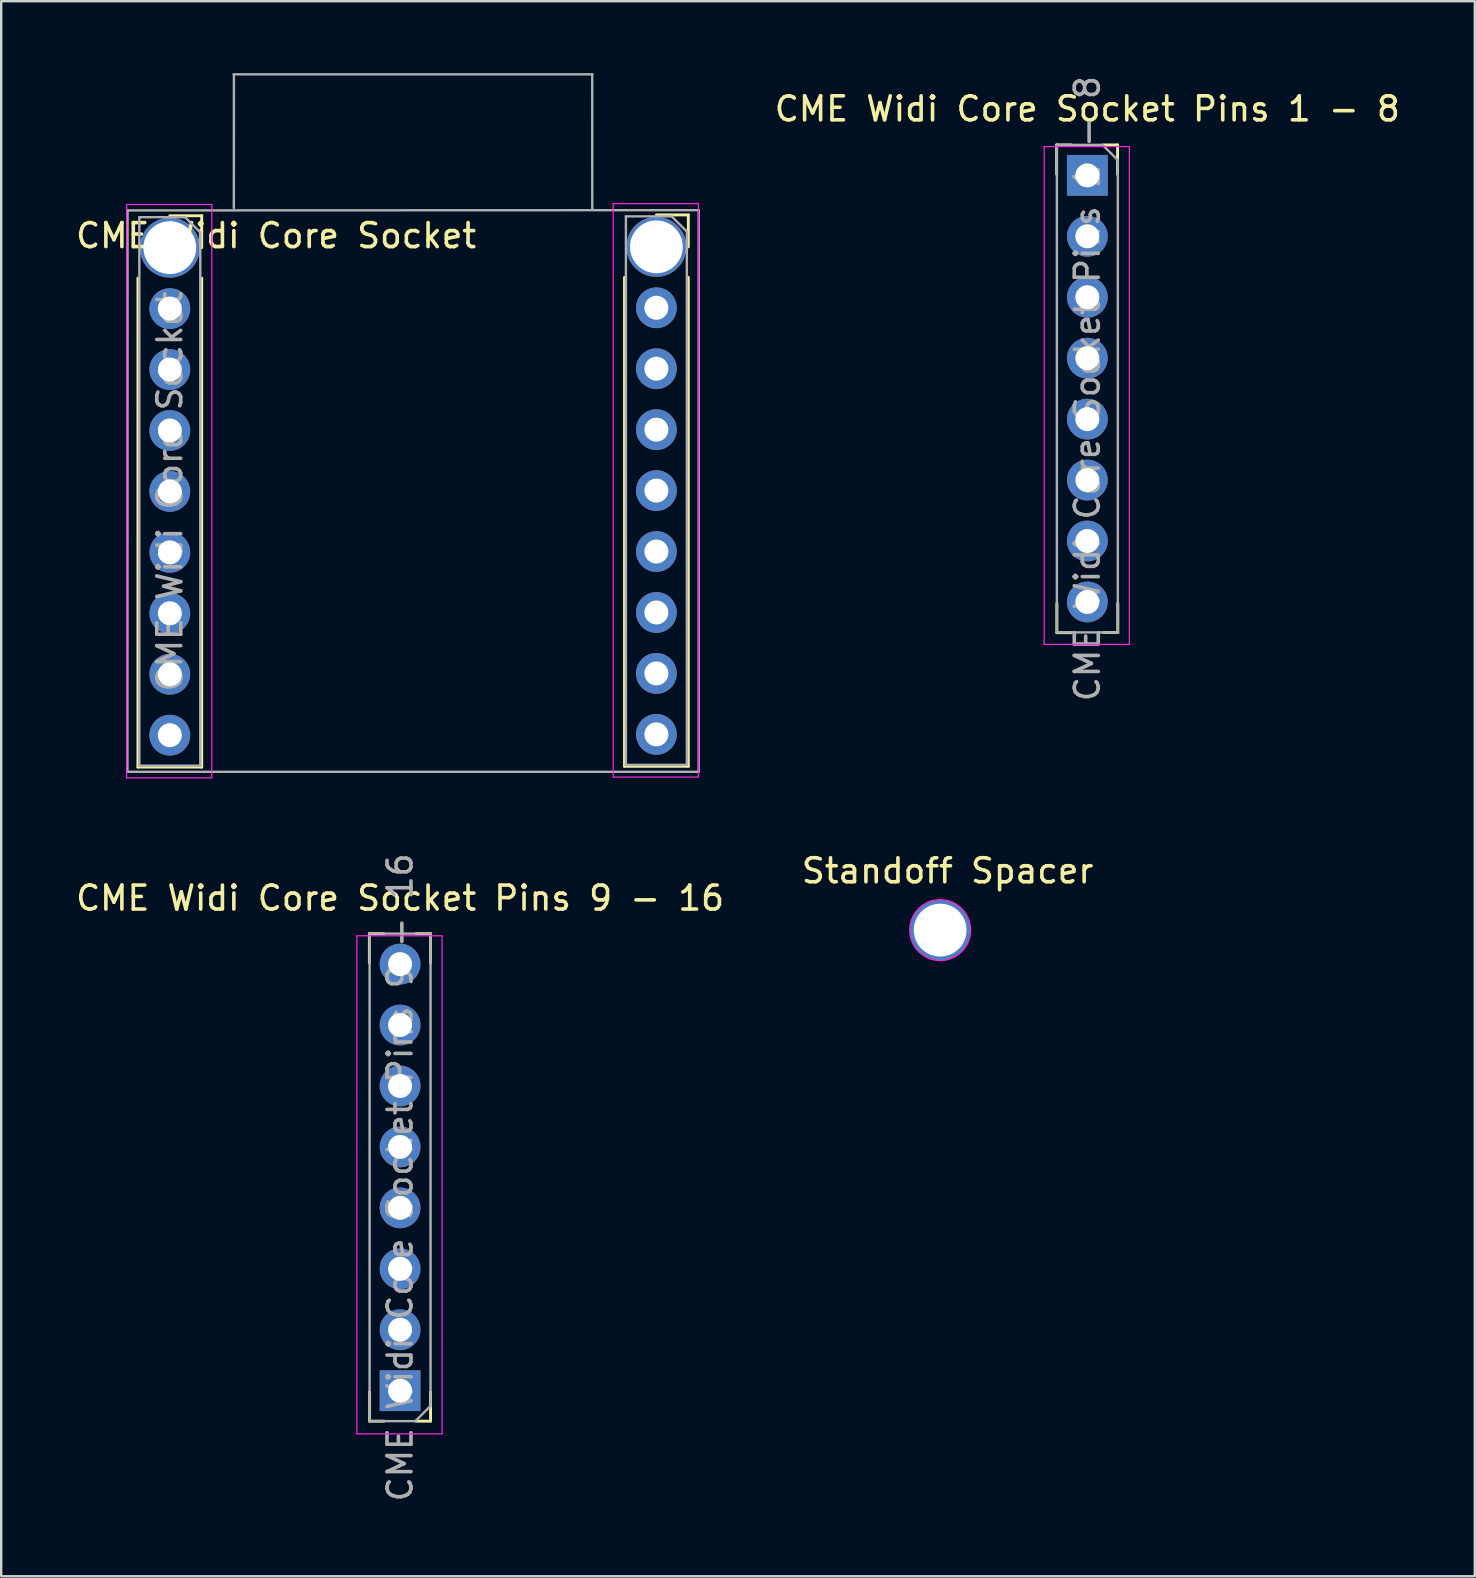
<source format=kicad_pcb>
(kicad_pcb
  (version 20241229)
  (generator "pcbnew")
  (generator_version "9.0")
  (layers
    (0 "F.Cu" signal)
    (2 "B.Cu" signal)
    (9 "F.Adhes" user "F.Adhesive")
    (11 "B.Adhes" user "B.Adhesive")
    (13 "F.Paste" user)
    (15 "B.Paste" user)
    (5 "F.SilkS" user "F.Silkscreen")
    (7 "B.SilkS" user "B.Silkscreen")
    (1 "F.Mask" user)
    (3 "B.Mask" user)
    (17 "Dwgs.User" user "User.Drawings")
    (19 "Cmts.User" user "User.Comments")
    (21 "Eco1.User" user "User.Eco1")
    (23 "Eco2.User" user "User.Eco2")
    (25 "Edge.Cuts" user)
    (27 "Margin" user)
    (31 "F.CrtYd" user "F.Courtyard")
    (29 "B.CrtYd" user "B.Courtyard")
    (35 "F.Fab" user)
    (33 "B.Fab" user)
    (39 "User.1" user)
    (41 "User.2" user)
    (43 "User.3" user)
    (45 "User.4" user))
  (footprint "CME Widi Core Socket Pins 9 - 16"
    (layer "F.Cu")
    (at 13.625 37.153)
    (property "Reference" "CME Widi Core Socket Pins 9 - 16" (at 0 -2.77 0) (layer "F.SilkS") (effects (font (size 1 1) (thickness 0.15))))
    (attr through_hole)
    (fp_line (start -1.28 -1.29) (end -0.68 -1.29) (stroke (width 0.12) (type default)) (layer "F.SilkS"))
    (fp_line (start -1.28 -0.07) (end -1.28 -1.29) (stroke (width 0.12) (type default)) (layer "F.SilkS"))
    (fp_line (start -1.27 17.81) (end -1.27 19.03) (stroke (width 0.12) (type default)) (layer "F.SilkS"))
    (fp_line (start -1.27 19.03) (end -0.67 19.03) (stroke (width 0.12) (type default)) (layer "F.SilkS"))
    (fp_line (start 1.27 -1.29) (end 0.67 -1.29) (stroke (width 0.12) (type default)) (layer "F.SilkS"))
    (fp_line (start 1.27 -0.07) (end 1.27 -1.29) (stroke (width 0.12) (type default)) (layer "F.SilkS"))
    (fp_line (start 1.27 17.81) (end 1.27 19.03) (stroke (width 0.12) (type default)) (layer "F.SilkS"))
    (fp_line (start 1.27 19.03) (end 0.67 19.03) (stroke (width 0.12) (type default)) (layer "F.SilkS"))
    (fp_line (start -1.8 -1.2) (end -1.8 19.56) (stroke (width 0.05) (type solid)) (layer "F.CrtYd"))
    (fp_line (start -1.8 19.56) (end 1.75 19.56) (stroke (width 0.05) (type solid)) (layer "F.CrtYd"))
    (fp_line (start 1.75 -1.2) (end -1.8 -1.2) (stroke (width 0.05) (type solid)) (layer "F.CrtYd"))
    (fp_line (start 1.75 19.56) (end 1.75 -1.2) (stroke (width 0.05) (type solid)) (layer "F.CrtYd"))
    (fp_line (start -1.27 -1.29) (end -1.27 19.03) (stroke (width 0.1) (type solid)) (layer "F.Fab"))
    (fp_line (start -1.27 19.03) (end 0.635 19.03) (stroke (width 0.1) (type solid)) (layer "F.Fab"))
    (fp_line (start 0.635 19.03) (end 1.27 18.395) (stroke (width 0.1) (type solid)) (layer "F.Fab"))
    (fp_line (start 1.27 -1.29) (end -1.27 -1.29) (stroke (width 0.1) (type solid)) (layer "F.Fab"))
    (fp_line (start 1.27 18.395) (end 1.27 -1.29) (stroke (width 0.1) (type solid)) (layer "F.Fab"))
    (fp_text user "${REFERENCE}" (at 0 8.87 90) (layer "F.Fab") (effects (font (size 1 1) (thickness 0.15))))
    (pad "9" thru_hole rect (at 0 17.76) (size 1.7 1.7) (drill 1) (layers "*.Cu" "*.Mask"))
    (pad "10" thru_hole oval (at 0 15.22) (size 1.7 1.7) (drill 1) (layers "*.Cu" "*.Mask"))
    (pad "11" thru_hole oval (at 0 12.68) (size 1.7 1.7) (drill 1) (layers "*.Cu" "*.Mask"))
    (pad "12" thru_hole oval (at 0 10.14) (size 1.7 1.7) (drill 1) (layers "*.Cu" "*.Mask"))
    (pad "13" thru_hole oval (at 0 7.6) (size 1.7 1.7) (drill 1) (layers "*.Cu" "*.Mask"))
    (pad "14" thru_hole oval (at 0 5.06) (size 1.7 1.7) (drill 1) (layers "*.Cu" "*.Mask"))
    (pad "15" thru_hole oval (at 0 2.52) (size 1.7 1.7) (drill 1) (layers "*.Cu" "*.Mask"))
    (pad "16" thru_hole oval (at 0 -0.02) (size 1.7 1.7) (drill 1) (layers "*.Cu" "*.Mask")))
  (footprint "CME Widi Core Socket Pins 1 - 8"
    (layer "F.Cu")
    (at 42.27 4.259)
    (property "Reference" "CME Widi Core Socket Pins 1 - 8" (at 0 -2.77 0) (layer "F.SilkS") (effects (font (size 1 1) (thickness 0.15))))
    (attr through_hole)
    (fp_line (start -1.28 -1.27) (end -0.68 -1.27) (stroke (width 0.12) (type default)) (layer "F.SilkS"))
    (fp_line (start -1.28 -0.05) (end -1.28 -1.27) (stroke (width 0.12) (type default)) (layer "F.SilkS"))
    (fp_line (start -1.27 17.84) (end -1.27 19.06) (stroke (width 0.12) (type default)) (layer "F.SilkS"))
    (fp_line (start -1.27 19.06) (end -0.67 19.06) (stroke (width 0.12) (type default)) (layer "F.SilkS"))
    (fp_line (start 1.26 -1.27) (end 0.66 -1.27) (stroke (width 0.12) (type default)) (layer "F.SilkS"))
    (fp_line (start 1.26 -0.05) (end 1.26 -1.27) (stroke (width 0.12) (type default)) (layer "F.SilkS"))
    (fp_line (start 1.27 17.83) (end 1.27 19.05) (stroke (width 0.12) (type default)) (layer "F.SilkS"))
    (fp_line (start 1.27 19.05) (end 0.67 19.05) (stroke (width 0.12) (type default)) (layer "F.SilkS"))
    (fp_line (start -1.8 -1.2) (end 1.75 -1.2) (stroke (width 0.05) (type solid)) (layer "F.CrtYd"))
    (fp_line (start -1.8 19.55) (end -1.8 -1.2) (stroke (width 0.05) (type solid)) (layer "F.CrtYd"))
    (fp_line (start 1.75 -1.2) (end 1.75 19.55) (stroke (width 0.05) (type solid)) (layer "F.CrtYd"))
    (fp_line (start 1.75 19.55) (end -1.8 19.55) (stroke (width 0.05) (type solid)) (layer "F.CrtYd"))
    (fp_line (start -1.27 -1.27) (end 0.635 -1.27) (stroke (width 0.1) (type solid)) (layer "F.Fab"))
    (fp_line (start -1.27 19.05) (end -1.27 -1.27) (stroke (width 0.1) (type solid)) (layer "F.Fab"))
    (fp_line (start 0.635 -1.27) (end 1.27 -0.635) (stroke (width 0.1) (type solid)) (layer "F.Fab"))
    (fp_line (start 1.27 -0.635) (end 1.27 19.05) (stroke (width 0.1) (type solid)) (layer "F.Fab"))
    (fp_line (start 1.27 19.05) (end -1.27 19.05) (stroke (width 0.1) (type solid)) (layer "F.Fab"))
    (fp_text user "${REFERENCE}" (at 0 8.89 90) (layer "F.Fab") (effects (font (size 1 1) (thickness 0.15))))
    (pad "1" thru_hole rect (at 0 0) (size 1.7 1.7) (drill 1) (layers "*.Cu" "*.Mask"))
    (pad "2" thru_hole oval (at 0 2.54) (size 1.7 1.7) (drill 1) (layers "*.Cu" "*.Mask"))
    (pad "3" thru_hole oval (at 0 5.08) (size 1.7 1.7) (drill 1) (layers "*.Cu" "*.Mask"))
    (pad "4" thru_hole oval (at 0 7.62) (size 1.7 1.7) (drill 1) (layers "*.Cu" "*.Mask"))
    (pad "5" thru_hole oval (at 0 10.16) (size 1.7 1.7) (drill 1) (layers "*.Cu" "*.Mask"))
    (pad "6" thru_hole oval (at 0 12.7) (size 1.7 1.7) (drill 1) (layers "*.Cu" "*.Mask"))
    (pad "7" thru_hole oval (at 0 15.24) (size 1.7 1.7) (drill 1) (layers "*.Cu" "*.Mask"))
    (pad "8" thru_hole oval (at 0 17.78) (size 1.7 1.7) (drill 1) (layers "*.Cu" "*.Mask")))
  (footprint "CME Widi Core Socket"
    (layer "F.Cu")
    (at 4.028 6.732)
    (property "Reference" "CME Widi Core Socket" (at 4.43 0.04 0) (layer "F.SilkS") (effects (font (size 1 1) (thickness 0.15))))
    (attr through_hole)
    (fp_line (start -1.33 1.81) (end -1.33 22.19) (stroke (width 0.12) (type solid)) (layer "F.SilkS"))
    (fp_line (start -1.33 22.19) (end 1.33 22.19) (stroke (width 0.12) (type solid)) (layer "F.SilkS"))
    (fp_line (start 0 -0.79) (end 1.33 -0.79) (stroke (width 0.12) (type solid)) (layer "F.SilkS"))
    (fp_line (start 1.33 -0.79) (end 1.33 0.54) (stroke (width 0.12) (type solid)) (layer "F.SilkS"))
    (fp_line (start 1.33 1.81) (end 1.33 22.19) (stroke (width 0.12) (type solid)) (layer "F.SilkS"))
    (fp_line (start 18.95 1.776) (end 18.95 22.156) (stroke (width 0.12) (type solid)) (layer "F.SilkS"))
    (fp_line (start 18.95 22.156) (end 21.61 22.156) (stroke (width 0.12) (type solid)) (layer "F.SilkS"))
    (fp_line (start 20.28 -0.824) (end 21.61 -0.824) (stroke (width 0.12) (type solid)) (layer "F.SilkS"))
    (fp_line (start 21.61 -0.824) (end 21.61 0.506) (stroke (width 0.12) (type solid)) (layer "F.SilkS"))
    (fp_line (start 21.61 1.776) (end 21.61 22.156) (stroke (width 0.12) (type solid)) (layer "F.SilkS"))
    (fp_line (start -1.8 -1.26) (end 1.75 -1.26) (stroke (width 0.05) (type solid)) (layer "F.CrtYd"))
    (fp_line (start -1.8 22.64) (end -1.8 -1.26) (stroke (width 0.05) (type solid)) (layer "F.CrtYd"))
    (fp_line (start 1.75 -1.26) (end 1.75 22.64) (stroke (width 0.05) (type solid)) (layer "F.CrtYd"))
    (fp_line (start 1.75 22.64) (end -1.8 22.64) (stroke (width 0.05) (type solid)) (layer "F.CrtYd"))
    (fp_line (start 18.48 -1.294) (end 22.03 -1.294) (stroke (width 0.05) (type solid)) (layer "F.CrtYd"))
    (fp_line (start 18.48 22.606) (end 18.48 -1.294) (stroke (width 0.05) (type solid)) (layer "F.CrtYd"))
    (fp_line (start 22.03 -1.294) (end 22.03 22.606) (stroke (width 0.05) (type solid)) (layer "F.CrtYd"))
    (fp_line (start 22.03 22.606) (end 18.48 22.606) (stroke (width 0.05) (type solid)) (layer "F.CrtYd"))
    (fp_line (start -1.767 22.387) (end 22.043 22.387) (stroke (width 0.1) (type default)) (layer "F.Fab"))
    (fp_line (start -1.762 -1.012) (end -1.767 22.387) (stroke (width 0.1) (type default)) (layer "F.Fab"))
    (fp_line (start -1.27 -0.73) (end 0.635 -0.73) (stroke (width 0.1) (type solid)) (layer "F.Fab"))
    (fp_line (start -1.27 22.13) (end -1.27 -0.73) (stroke (width 0.1) (type solid)) (layer "F.Fab"))
    (fp_line (start 0.635 -0.73) (end 1.27 -0.095) (stroke (width 0.1) (type solid)) (layer "F.Fab"))
    (fp_line (start 1.27 -0.095) (end 1.27 22.13) (stroke (width 0.1) (type solid)) (layer "F.Fab"))
    (fp_line (start 1.27 22.13) (end -1.27 22.13) (stroke (width 0.1) (type solid)) (layer "F.Fab"))
    (fp_line (start 2.656 -6.683) (end 17.606 -6.683) (stroke (width 0.1) (type default)) (layer "F.Fab"))
    (fp_line (start 2.672 -6.678) (end 2.668 -1.103) (stroke (width 0.1) (type default)) (layer "F.Fab"))
    (fp_line (start 17.606 -6.683) (end 17.608 -1.073) (stroke (width 0.1) (type default)) (layer "F.Fab"))
    (fp_line (start 19.01 -0.764) (end 20.915 -0.764) (stroke (width 0.1) (type solid)) (layer "F.Fab"))
    (fp_line (start 19.01 22.096) (end 19.01 -0.764) (stroke (width 0.1) (type solid)) (layer "F.Fab"))
    (fp_line (start 20.915 -0.764) (end 21.55 -0.129) (stroke (width 0.1) (type solid)) (layer "F.Fab"))
    (fp_line (start 21.55 -0.129) (end 21.55 22.096) (stroke (width 0.1) (type solid)) (layer "F.Fab"))
    (fp_line (start 21.55 22.096) (end 19.01 22.096) (stroke (width 0.1) (type solid)) (layer "F.Fab"))
    (fp_line (start 22.043 -1.022) (end -1.762 -1.012) (stroke (width 0.1) (type default)) (layer "F.Fab"))
    (fp_line (start 22.043 22.387) (end 22.043 -1.022) (stroke (width 0.1) (type default)) (layer "F.Fab"))
    (fp_text user "${REFERENCE}" (at 0 10.7 90) (layer "F.Fab") (effects (font (size 1 1) (thickness 0.15))))
    (pad "1" thru_hole oval (at 0 3.08) (size 1.7 1.7) (drill 1) (layers "*.Cu" "*.Mask"))
    (pad "2" thru_hole oval (at 0 5.62) (size 1.7 1.7) (drill 1) (layers "*.Cu" "*.Mask"))
    (pad "3" thru_hole oval (at 0 8.16) (size 1.7 1.7) (drill 1) (layers "*.Cu" "*.Mask"))
    (pad "4" thru_hole oval (at 0 10.7) (size 1.7 1.7) (drill 1) (layers "*.Cu" "*.Mask"))
    (pad "5" thru_hole oval (at 0 13.24) (size 1.7 1.7) (drill 1) (layers "*.Cu" "*.Mask"))
    (pad "6" thru_hole oval (at 0 15.78) (size 1.7 1.7) (drill 1) (layers "*.Cu" "*.Mask"))
    (pad "7" thru_hole oval (at 0 18.32) (size 1.7 1.7) (drill 1) (layers "*.Cu" "*.Mask"))
    (pad "8" thru_hole circle (at 0 0.54) (size 2.5 2.5) (drill 2.2) (layers "*.Cu" "*.Mask"))
    (pad "8" thru_hole oval (at 0 20.86) (size 1.7 1.7) (drill 1) (layers "*.Cu" "*.Mask"))
    (pad "8" thru_hole circle (at 20.28 0.506) (size 2.5 2.5) (drill 2.2) (layers "*.Cu" "*.Mask"))
    (pad "9" thru_hole oval (at 20.28 20.826) (size 1.7 1.7) (drill 1) (layers "*.Cu" "*.Mask"))
    (pad "10" thru_hole oval (at 20.28 18.286) (size 1.7 1.7) (drill 1) (layers "*.Cu" "*.Mask"))
    (pad "11" thru_hole oval (at 20.28 15.746) (size 1.7 1.7) (drill 1) (layers "*.Cu" "*.Mask"))
    (pad "12" thru_hole oval (at 20.28 13.206) (size 1.7 1.7) (drill 1) (layers "*.Cu" "*.Mask"))
    (pad "13" thru_hole oval (at 20.28 10.666) (size 1.7 1.7) (drill 1) (layers "*.Cu" "*.Mask"))
    (pad "14" thru_hole oval (at 20.28 8.126) (size 1.7 1.7) (drill 1) (layers "*.Cu" "*.Mask"))
    (pad "15" thru_hole oval (at 20.28 5.586) (size 1.7 1.7) (drill 1) (layers "*.Cu" "*.Mask"))
    (pad "16" thru_hole oval (at 20.28 3.046) (size 1.7 1.7) (drill 1) (layers "*.Cu" "*.Mask")))
  (footprint "Standoff Spacer"
    (layer "F.Cu")
    (at 36.016 35.596)
    (property "Reference" "Standoff Spacer" (at 0.43 -2.35 0) (unlocked yes) (layer "F.SilkS") (effects (font (size 1 1) (thickness 0.15))))
    (attr through_hole)
    (fp_circle (center 0.12 0.12) (end 0.15 -1.15) (stroke (width 0.05) (type default)) (fill no) (layer "F.CrtYd"))
    (pad "1" thru_hole circle (at 0.12 0.12) (size 2.5 2.5) (drill 2.2) (layers "*.Cu" "*.Mask")))
  (gr_rect
    (start -3 -3)
    (end 58.419 62.648)
    (stroke (width 0.1) (type default))
    (fill no)
    (layer "Edge.Cuts")))
</source>
